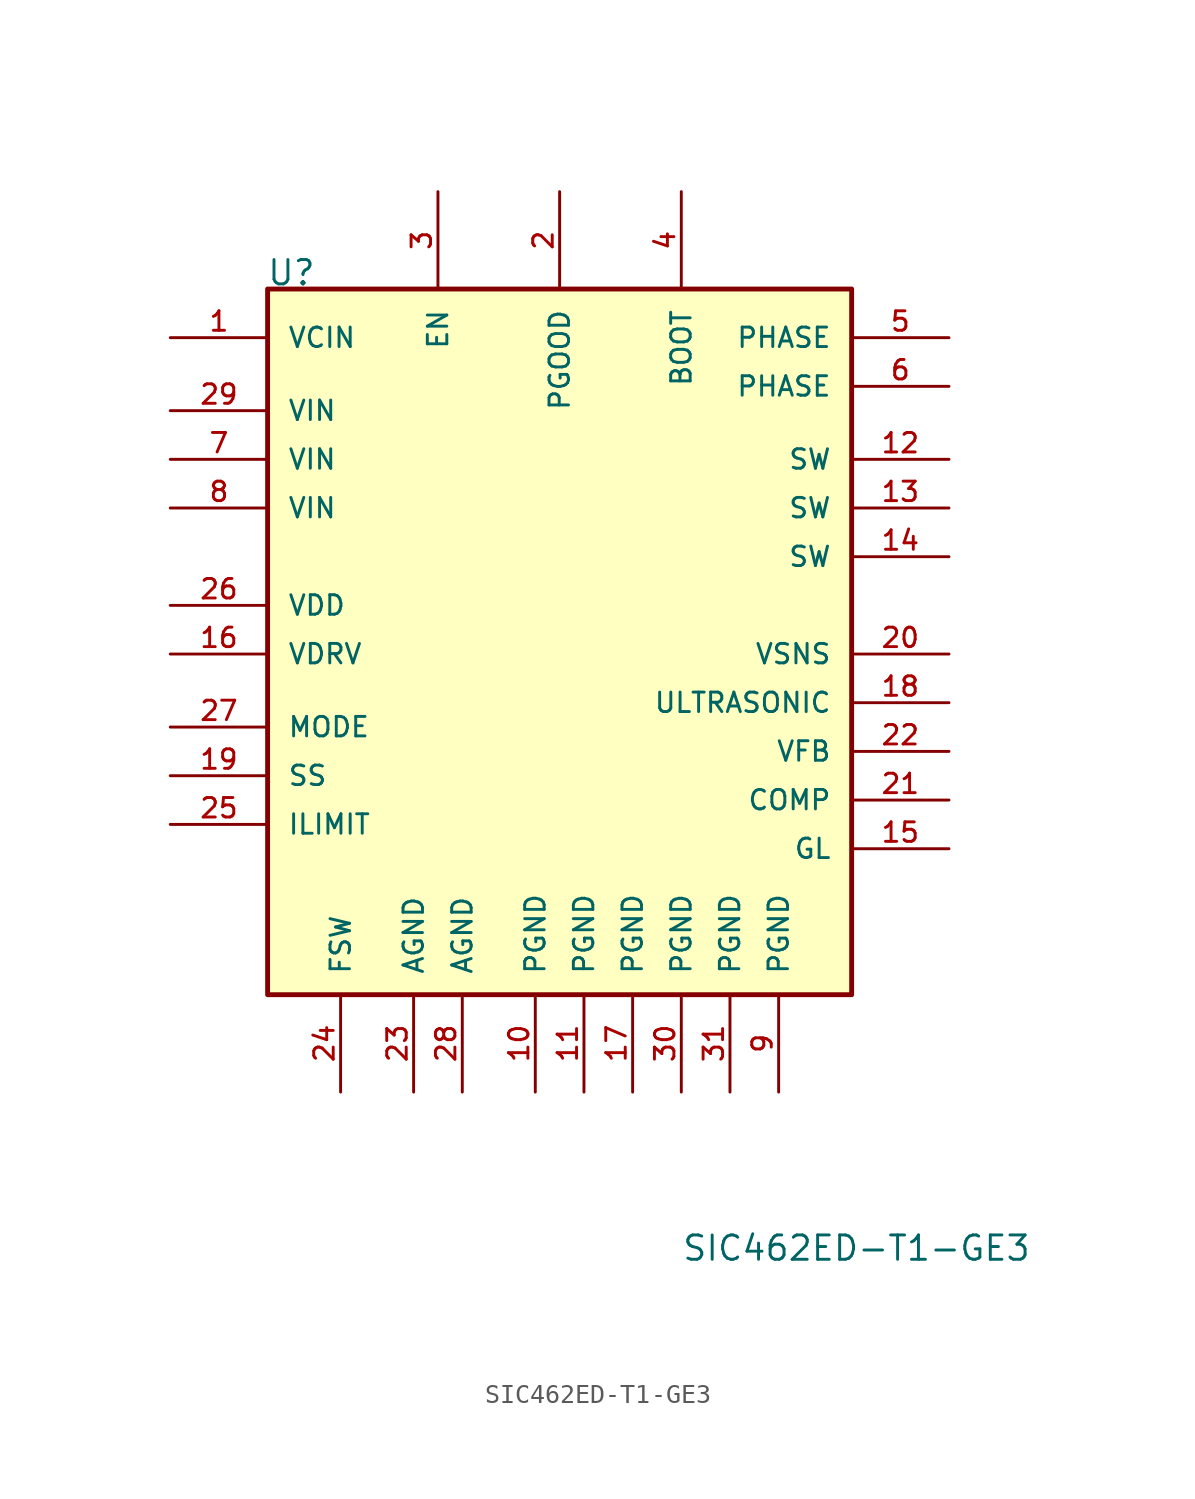
<source format=kicad_sym>
(kicad_symbol_lib
  (version 20220914)
  (generator kicad_symbol_editor)
  (symbol "SIC462ED-T1-GE3"
    (pin_names
      (offset 1.016))
    (property "Reference" "U"
      (at -15.309 22.964 0)
      (effects (font (size 1.27 1.27)) (justify left bottom)))
    (property "Value" "SIC462ED-T1-GE3"
      (at 6.35 -27.94 0)
      (effects (font (size 1.27 1.27)) (justify left bottom)))
    (symbol "SIC462ED-T1-GE3_0_0"
      (rectangle (start -15.24 22.86) (end 15.24 -13.97) (stroke (width 0.254) (type default)) (fill (type background)))
      (pin power_in line (at -20.32 20.32 0) (length 5.08) (name "VCIN" (effects (font (size 1.016 1.016)))) (number "1" (effects (font (size 1.016 1.016)))))
      (pin power_in line (at -1.27 -19.05 90) (length 5.08) (name "PGND" (effects (font (size 1.016 1.016)))) (number "10" (effects (font (size 1.016 1.016)))))
      (pin power_in line (at 1.27 -19.05 90) (length 5.08) (name "PGND" (effects (font (size 1.016 1.016)))) (number "11" (effects (font (size 1.016 1.016)))))
      (pin bidirectional line (at 20.32 13.97 180) (length 5.08) (name "SW" (effects (font (size 1.016 1.016)))) (number "12" (effects (font (size 1.016 1.016)))))
      (pin bidirectional line (at 20.32 11.43 180) (length 5.08) (name "SW" (effects (font (size 1.016 1.016)))) (number "13" (effects (font (size 1.016 1.016)))))
      (pin bidirectional line (at 20.32 8.89 180) (length 5.08) (name "SW" (effects (font (size 1.016 1.016)))) (number "14" (effects (font (size 1.016 1.016)))))
      (pin bidirectional line (at 20.32 -6.35 180) (length 5.08) (name "GL" (effects (font (size 1.016 1.016)))) (number "15" (effects (font (size 1.016 1.016)))))
      (pin power_in line (at -20.32 3.81 0) (length 5.08) (name "VDRV" (effects (font (size 1.016 1.016)))) (number "16" (effects (font (size 1.016 1.016)))))
      (pin power_in line (at 3.81 -19.05 90) (length 5.08) (name "PGND" (effects (font (size 1.016 1.016)))) (number "17" (effects (font (size 1.016 1.016)))))
      (pin bidirectional line (at 20.32 1.27 180) (length 5.08) (name "ULTRASONIC" (effects (font (size 1.016 1.016)))) (number "18" (effects (font (size 1.016 1.016)))))
      (pin passive line (at -20.32 -2.54 0) (length 5.08) (name "SS" (effects (font (size 1.016 1.016)))) (number "19" (effects (font (size 1.016 1.016)))))
      (pin output line (at 0 27.94 270) (length 5.08) (name "PGOOD" (effects (font (size 1.016 1.016)))) (number "2" (effects (font (size 1.016 1.016)))))
      (pin power_in line (at 20.32 3.81 180) (length 5.08) (name "VSNS" (effects (font (size 1.016 1.016)))) (number "20" (effects (font (size 1.016 1.016)))))
      (pin output line (at 20.32 -3.81 180) (length 5.08) (name "COMP" (effects (font (size 1.016 1.016)))) (number "21" (effects (font (size 1.016 1.016)))))
      (pin input line (at 20.32 -1.27 180) (length 5.08) (name "VFB" (effects (font (size 1.016 1.016)))) (number "22" (effects (font (size 1.016 1.016)))))
      (pin power_in line (at -7.62 -19.05 90) (length 5.08) (name "AGND" (effects (font (size 1.016 1.016)))) (number "23" (effects (font (size 1.016 1.016)))))
      (pin passive line (at -11.43 -19.05 90) (length 5.08) (name "FSW" (effects (font (size 1.016 1.016)))) (number "24" (effects (font (size 1.016 1.016)))))
      (pin passive line (at -20.32 -5.08 0) (length 5.08) (name "ILIMIT" (effects (font (size 1.016 1.016)))) (number "25" (effects (font (size 1.016 1.016)))))
      (pin power_in line (at -20.32 6.35 0) (length 5.08) (name "VDD" (effects (font (size 1.016 1.016)))) (number "26" (effects (font (size 1.016 1.016)))))
      (pin bidirectional line (at -20.32 0 0) (length 5.08) (name "MODE" (effects (font (size 1.016 1.016)))) (number "27" (effects (font (size 1.016 1.016)))))
      (pin power_in line (at -5.08 -19.05 90) (length 5.08) (name "AGND" (effects (font (size 1.016 1.016)))) (number "28" (effects (font (size 1.016 1.016)))))
      (pin power_in line (at -20.32 16.51 0) (length 5.08) (name "VIN" (effects (font (size 1.016 1.016)))) (number "29" (effects (font (size 1.016 1.016)))))
      (pin input line (at -6.35 27.94 270) (length 5.08) (name "EN" (effects (font (size 1.016 1.016)))) (number "3" (effects (font (size 1.016 1.016)))))
      (pin power_in line (at 6.35 -19.05 90) (length 5.08) (name "PGND" (effects (font (size 1.016 1.016)))) (number "30" (effects (font (size 1.016 1.016)))))
      (pin power_in line (at 8.89 -19.05 90) (length 5.08) (name "PGND" (effects (font (size 1.016 1.016)))) (number "31" (effects (font (size 1.016 1.016)))))
      (pin bidirectional line (at 6.35 27.94 270) (length 5.08) (name "BOOT" (effects (font (size 1.016 1.016)))) (number "4" (effects (font (size 1.016 1.016)))))
      (pin bidirectional line (at 20.32 20.32 180) (length 5.08) (name "PHASE" (effects (font (size 1.016 1.016)))) (number "5" (effects (font (size 1.016 1.016)))))
      (pin bidirectional line (at 20.32 17.78 180) (length 5.08) (name "PHASE" (effects (font (size 1.016 1.016)))) (number "6" (effects (font (size 1.016 1.016)))))
      (pin power_in line (at -20.32 13.97 0) (length 5.08) (name "VIN" (effects (font (size 1.016 1.016)))) (number "7" (effects (font (size 1.016 1.016)))))
      (pin power_in line (at -20.32 11.43 0) (length 5.08) (name "VIN" (effects (font (size 1.016 1.016)))) (number "8" (effects (font (size 1.016 1.016)))))
      (pin power_in line (at 11.43 -19.05 90) (length 5.08) (name "PGND" (effects (font (size 1.016 1.016)))) (number "9" (effects (font (size 1.016 1.016))))))))
</source>
